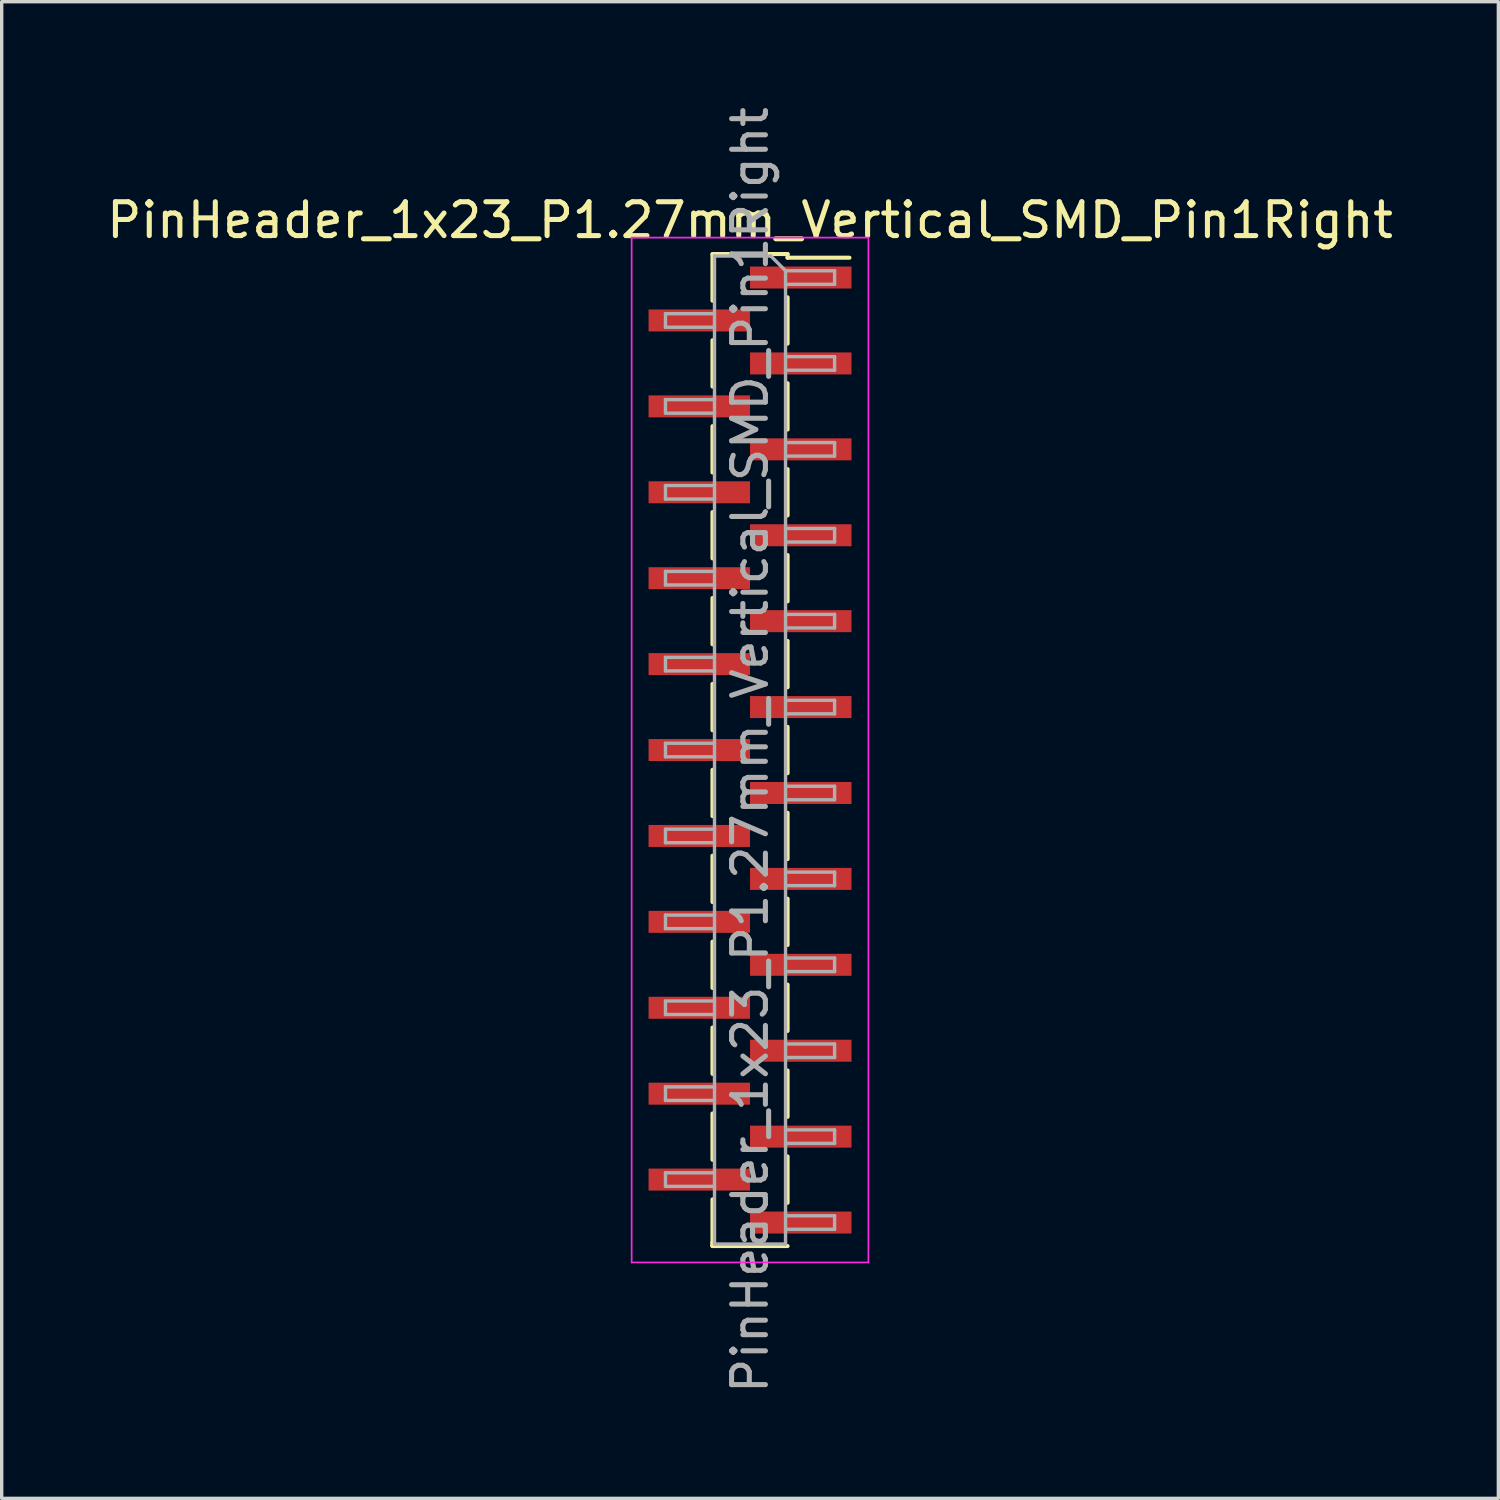
<source format=kicad_pcb>
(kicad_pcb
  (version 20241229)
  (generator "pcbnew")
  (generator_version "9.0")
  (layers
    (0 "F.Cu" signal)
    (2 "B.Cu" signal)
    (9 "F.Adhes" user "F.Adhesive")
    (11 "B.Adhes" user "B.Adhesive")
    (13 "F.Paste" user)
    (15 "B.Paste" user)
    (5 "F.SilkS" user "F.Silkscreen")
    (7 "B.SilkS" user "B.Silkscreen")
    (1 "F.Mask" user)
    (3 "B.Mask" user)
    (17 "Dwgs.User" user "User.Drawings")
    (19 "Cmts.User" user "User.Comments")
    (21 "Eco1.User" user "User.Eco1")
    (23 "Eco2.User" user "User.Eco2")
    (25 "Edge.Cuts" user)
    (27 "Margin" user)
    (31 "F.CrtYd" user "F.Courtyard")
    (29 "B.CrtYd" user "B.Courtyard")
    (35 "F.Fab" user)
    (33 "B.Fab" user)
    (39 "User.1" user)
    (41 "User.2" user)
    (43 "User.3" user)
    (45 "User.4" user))
  (footprint "PinHeader_1x23_P1.27mm_Vertical_SMD_Pin1Right"
    (layer "F.Cu")
    (at 19.125 19.125)
    (property "Reference" "PinHeader_1x23_P1.27mm_Vertical_SMD_Pin1Right" (at 0 -15.665 0) (layer "F.SilkS") (effects (font (size 1 1) (thickness 0.15))))
    (attr smd)
    (fp_line (start -1.11 -14.665) (end 1.11 -14.665) (stroke (width 0.12) (type solid)) (layer "F.SilkS"))
    (fp_line (start -1.11 -14.655) (end -1.11 -13.285) (stroke (width 0.12) (type solid)) (layer "F.SilkS"))
    (fp_line (start -1.11 -12.115) (end -1.11 -10.745) (stroke (width 0.12) (type solid)) (layer "F.SilkS"))
    (fp_line (start -1.11 -9.575) (end -1.11 -8.205) (stroke (width 0.12) (type solid)) (layer "F.SilkS"))
    (fp_line (start -1.11 -7.035) (end -1.11 -5.665) (stroke (width 0.12) (type solid)) (layer "F.SilkS"))
    (fp_line (start -1.11 -4.495) (end -1.11 -3.125) (stroke (width 0.12) (type solid)) (layer "F.SilkS"))
    (fp_line (start -1.11 -1.955) (end -1.11 -0.585) (stroke (width 0.12) (type solid)) (layer "F.SilkS"))
    (fp_line (start -1.11 0.585) (end -1.11 1.955) (stroke (width 0.12) (type solid)) (layer "F.SilkS"))
    (fp_line (start -1.11 3.125) (end -1.11 4.495) (stroke (width 0.12) (type solid)) (layer "F.SilkS"))
    (fp_line (start -1.11 5.665) (end -1.11 7.035) (stroke (width 0.12) (type solid)) (layer "F.SilkS"))
    (fp_line (start -1.11 8.205) (end -1.11 9.575) (stroke (width 0.12) (type solid)) (layer "F.SilkS"))
    (fp_line (start -1.11 10.745) (end -1.11 12.115) (stroke (width 0.12) (type solid)) (layer "F.SilkS"))
    (fp_line (start -1.11 13.285) (end -1.11 14.655) (stroke (width 0.12) (type solid)) (layer "F.SilkS"))
    (fp_line (start -1.11 14.555) (end -1.11 14.665) (stroke (width 0.12) (type solid)) (layer "F.SilkS"))
    (fp_line (start -1.11 14.665) (end 1.11 14.665) (stroke (width 0.12) (type solid)) (layer "F.SilkS"))
    (fp_line (start 1.11 -14.665) (end 1.11 -14.555) (stroke (width 0.12) (type solid)) (layer "F.SilkS"))
    (fp_line (start 1.11 -14.555) (end 2.94 -14.555) (stroke (width 0.12) (type solid)) (layer "F.SilkS"))
    (fp_line (start 1.11 -13.385) (end 1.11 -12.015) (stroke (width 0.12) (type solid)) (layer "F.SilkS"))
    (fp_line (start 1.11 -10.845) (end 1.11 -9.475) (stroke (width 0.12) (type solid)) (layer "F.SilkS"))
    (fp_line (start 1.11 -8.305) (end 1.11 -6.935) (stroke (width 0.12) (type solid)) (layer "F.SilkS"))
    (fp_line (start 1.11 -5.765) (end 1.11 -4.395) (stroke (width 0.12) (type solid)) (layer "F.SilkS"))
    (fp_line (start 1.11 -3.225) (end 1.11 -1.855) (stroke (width 0.12) (type solid)) (layer "F.SilkS"))
    (fp_line (start 1.11 -0.685) (end 1.11 0.685) (stroke (width 0.12) (type solid)) (layer "F.SilkS"))
    (fp_line (start 1.11 1.855) (end 1.11 3.225) (stroke (width 0.12) (type solid)) (layer "F.SilkS"))
    (fp_line (start 1.11 4.395) (end 1.11 5.765) (stroke (width 0.12) (type solid)) (layer "F.SilkS"))
    (fp_line (start 1.11 6.935) (end 1.11 8.305) (stroke (width 0.12) (type solid)) (layer "F.SilkS"))
    (fp_line (start 1.11 9.475) (end 1.11 10.845) (stroke (width 0.12) (type solid)) (layer "F.SilkS"))
    (fp_line (start 1.11 12.015) (end 1.11 13.385) (stroke (width 0.12) (type solid)) (layer "F.SilkS"))
    (fp_line (start -3.5 -15.15) (end -3.5 15.15) (stroke (width 0.05) (type solid)) (layer "F.CrtYd"))
    (fp_line (start -3.5 15.15) (end 3.5 15.15) (stroke (width 0.05) (type solid)) (layer "F.CrtYd"))
    (fp_line (start 3.5 -15.15) (end -3.5 -15.15) (stroke (width 0.05) (type solid)) (layer "F.CrtYd"))
    (fp_line (start 3.5 15.15) (end 3.5 -15.15) (stroke (width 0.05) (type solid)) (layer "F.CrtYd"))
    (fp_line (start -2.5 -12.9) (end -2.5 -12.5) (stroke (width 0.1) (type solid)) (layer "F.Fab"))
    (fp_line (start -2.5 -12.5) (end -1.05 -12.5) (stroke (width 0.1) (type solid)) (layer "F.Fab"))
    (fp_line (start -2.5 -10.36) (end -2.5 -9.96) (stroke (width 0.1) (type solid)) (layer "F.Fab"))
    (fp_line (start -2.5 -9.96) (end -1.05 -9.96) (stroke (width 0.1) (type solid)) (layer "F.Fab"))
    (fp_line (start -2.5 -7.82) (end -2.5 -7.42) (stroke (width 0.1) (type solid)) (layer "F.Fab"))
    (fp_line (start -2.5 -7.42) (end -1.05 -7.42) (stroke (width 0.1) (type solid)) (layer "F.Fab"))
    (fp_line (start -2.5 -5.28) (end -2.5 -4.88) (stroke (width 0.1) (type solid)) (layer "F.Fab"))
    (fp_line (start -2.5 -4.88) (end -1.05 -4.88) (stroke (width 0.1) (type solid)) (layer "F.Fab"))
    (fp_line (start -2.5 -2.74) (end -2.5 -2.34) (stroke (width 0.1) (type solid)) (layer "F.Fab"))
    (fp_line (start -2.5 -2.34) (end -1.05 -2.34) (stroke (width 0.1) (type solid)) (layer "F.Fab"))
    (fp_line (start -2.5 -0.2) (end -2.5 0.2) (stroke (width 0.1) (type solid)) (layer "F.Fab"))
    (fp_line (start -2.5 0.2) (end -1.05 0.2) (stroke (width 0.1) (type solid)) (layer "F.Fab"))
    (fp_line (start -2.5 2.34) (end -2.5 2.74) (stroke (width 0.1) (type solid)) (layer "F.Fab"))
    (fp_line (start -2.5 2.74) (end -1.05 2.74) (stroke (width 0.1) (type solid)) (layer "F.Fab"))
    (fp_line (start -2.5 4.88) (end -2.5 5.28) (stroke (width 0.1) (type solid)) (layer "F.Fab"))
    (fp_line (start -2.5 5.28) (end -1.05 5.28) (stroke (width 0.1) (type solid)) (layer "F.Fab"))
    (fp_line (start -2.5 7.42) (end -2.5 7.82) (stroke (width 0.1) (type solid)) (layer "F.Fab"))
    (fp_line (start -2.5 7.82) (end -1.05 7.82) (stroke (width 0.1) (type solid)) (layer "F.Fab"))
    (fp_line (start -2.5 9.96) (end -2.5 10.36) (stroke (width 0.1) (type solid)) (layer "F.Fab"))
    (fp_line (start -2.5 10.36) (end -1.05 10.36) (stroke (width 0.1) (type solid)) (layer "F.Fab"))
    (fp_line (start -2.5 12.5) (end -2.5 12.9) (stroke (width 0.1) (type solid)) (layer "F.Fab"))
    (fp_line (start -2.5 12.9) (end -1.05 12.9) (stroke (width 0.1) (type solid)) (layer "F.Fab"))
    (fp_line (start -1.05 -14.605) (end -1.05 14.605) (stroke (width 0.1) (type solid)) (layer "F.Fab"))
    (fp_line (start -1.05 -14.605) (end 0.615 -14.605) (stroke (width 0.1) (type solid)) (layer "F.Fab"))
    (fp_line (start -1.05 -12.9) (end -2.5 -12.9) (stroke (width 0.1) (type solid)) (layer "F.Fab"))
    (fp_line (start -1.05 -10.36) (end -2.5 -10.36) (stroke (width 0.1) (type solid)) (layer "F.Fab"))
    (fp_line (start -1.05 -7.82) (end -2.5 -7.82) (stroke (width 0.1) (type solid)) (layer "F.Fab"))
    (fp_line (start -1.05 -5.28) (end -2.5 -5.28) (stroke (width 0.1) (type solid)) (layer "F.Fab"))
    (fp_line (start -1.05 -2.74) (end -2.5 -2.74) (stroke (width 0.1) (type solid)) (layer "F.Fab"))
    (fp_line (start -1.05 -0.2) (end -2.5 -0.2) (stroke (width 0.1) (type solid)) (layer "F.Fab"))
    (fp_line (start -1.05 2.34) (end -2.5 2.34) (stroke (width 0.1) (type solid)) (layer "F.Fab"))
    (fp_line (start -1.05 4.88) (end -2.5 4.88) (stroke (width 0.1) (type solid)) (layer "F.Fab"))
    (fp_line (start -1.05 7.42) (end -2.5 7.42) (stroke (width 0.1) (type solid)) (layer "F.Fab"))
    (fp_line (start -1.05 9.96) (end -2.5 9.96) (stroke (width 0.1) (type solid)) (layer "F.Fab"))
    (fp_line (start -1.05 12.5) (end -2.5 12.5) (stroke (width 0.1) (type solid)) (layer "F.Fab"))
    (fp_line (start 1.05 -14.17) (end 0.615 -14.605) (stroke (width 0.1) (type solid)) (layer "F.Fab"))
    (fp_line (start 1.05 -14.17) (end 2.5 -14.17) (stroke (width 0.1) (type solid)) (layer "F.Fab"))
    (fp_line (start 1.05 -11.63) (end 2.5 -11.63) (stroke (width 0.1) (type solid)) (layer "F.Fab"))
    (fp_line (start 1.05 -9.09) (end 2.5 -9.09) (stroke (width 0.1) (type solid)) (layer "F.Fab"))
    (fp_line (start 1.05 -6.55) (end 2.5 -6.55) (stroke (width 0.1) (type solid)) (layer "F.Fab"))
    (fp_line (start 1.05 -4.01) (end 2.5 -4.01) (stroke (width 0.1) (type solid)) (layer "F.Fab"))
    (fp_line (start 1.05 -1.47) (end 2.5 -1.47) (stroke (width 0.1) (type solid)) (layer "F.Fab"))
    (fp_line (start 1.05 1.07) (end 2.5 1.07) (stroke (width 0.1) (type solid)) (layer "F.Fab"))
    (fp_line (start 1.05 3.61) (end 2.5 3.61) (stroke (width 0.1) (type solid)) (layer "F.Fab"))
    (fp_line (start 1.05 6.15) (end 2.5 6.15) (stroke (width 0.1) (type solid)) (layer "F.Fab"))
    (fp_line (start 1.05 8.69) (end 2.5 8.69) (stroke (width 0.1) (type solid)) (layer "F.Fab"))
    (fp_line (start 1.05 11.23) (end 2.5 11.23) (stroke (width 0.1) (type solid)) (layer "F.Fab"))
    (fp_line (start 1.05 13.77) (end 2.5 13.77) (stroke (width 0.1) (type solid)) (layer "F.Fab"))
    (fp_line (start 1.05 14.605) (end -1.05 14.605) (stroke (width 0.1) (type solid)) (layer "F.Fab"))
    (fp_line (start 1.05 14.605) (end 1.05 -14.17) (stroke (width 0.1) (type solid)) (layer "F.Fab"))
    (fp_line (start 2.5 -14.17) (end 2.5 -13.77) (stroke (width 0.1) (type solid)) (layer "F.Fab"))
    (fp_line (start 2.5 -13.77) (end 1.05 -13.77) (stroke (width 0.1) (type solid)) (layer "F.Fab"))
    (fp_line (start 2.5 -11.63) (end 2.5 -11.23) (stroke (width 0.1) (type solid)) (layer "F.Fab"))
    (fp_line (start 2.5 -11.23) (end 1.05 -11.23) (stroke (width 0.1) (type solid)) (layer "F.Fab"))
    (fp_line (start 2.5 -9.09) (end 2.5 -8.69) (stroke (width 0.1) (type solid)) (layer "F.Fab"))
    (fp_line (start 2.5 -8.69) (end 1.05 -8.69) (stroke (width 0.1) (type solid)) (layer "F.Fab"))
    (fp_line (start 2.5 -6.55) (end 2.5 -6.15) (stroke (width 0.1) (type solid)) (layer "F.Fab"))
    (fp_line (start 2.5 -6.15) (end 1.05 -6.15) (stroke (width 0.1) (type solid)) (layer "F.Fab"))
    (fp_line (start 2.5 -4.01) (end 2.5 -3.61) (stroke (width 0.1) (type solid)) (layer "F.Fab"))
    (fp_line (start 2.5 -3.61) (end 1.05 -3.61) (stroke (width 0.1) (type solid)) (layer "F.Fab"))
    (fp_line (start 2.5 -1.47) (end 2.5 -1.07) (stroke (width 0.1) (type solid)) (layer "F.Fab"))
    (fp_line (start 2.5 -1.07) (end 1.05 -1.07) (stroke (width 0.1) (type solid)) (layer "F.Fab"))
    (fp_line (start 2.5 1.07) (end 2.5 1.47) (stroke (width 0.1) (type solid)) (layer "F.Fab"))
    (fp_line (start 2.5 1.47) (end 1.05 1.47) (stroke (width 0.1) (type solid)) (layer "F.Fab"))
    (fp_line (start 2.5 3.61) (end 2.5 4.01) (stroke (width 0.1) (type solid)) (layer "F.Fab"))
    (fp_line (start 2.5 4.01) (end 1.05 4.01) (stroke (width 0.1) (type solid)) (layer "F.Fab"))
    (fp_line (start 2.5 6.15) (end 2.5 6.55) (stroke (width 0.1) (type solid)) (layer "F.Fab"))
    (fp_line (start 2.5 6.55) (end 1.05 6.55) (stroke (width 0.1) (type solid)) (layer "F.Fab"))
    (fp_line (start 2.5 8.69) (end 2.5 9.09) (stroke (width 0.1) (type solid)) (layer "F.Fab"))
    (fp_line (start 2.5 9.09) (end 1.05 9.09) (stroke (width 0.1) (type solid)) (layer "F.Fab"))
    (fp_line (start 2.5 11.23) (end 2.5 11.63) (stroke (width 0.1) (type solid)) (layer "F.Fab"))
    (fp_line (start 2.5 11.63) (end 1.05 11.63) (stroke (width 0.1) (type solid)) (layer "F.Fab"))
    (fp_line (start 2.5 13.77) (end 2.5 14.17) (stroke (width 0.1) (type solid)) (layer "F.Fab"))
    (fp_line (start 2.5 14.17) (end 1.05 14.17) (stroke (width 0.1) (type solid)) (layer "F.Fab"))
    (fp_text user "${REFERENCE}" (at 0 0 90) (layer "F.Fab") (effects (font (size 1 1) (thickness 0.15))))
    (pad "1" smd rect (at 1.5 -13.97) (size 3 0.65) (layers "F.Cu" "F.Mask" "F.Paste"))
    (pad "2" smd rect (at -1.5 -12.7) (size 3 0.65) (layers "F.Cu" "F.Mask" "F.Paste"))
    (pad "3" smd rect (at 1.5 -11.43) (size 3 0.65) (layers "F.Cu" "F.Mask" "F.Paste"))
    (pad "4" smd rect (at -1.5 -10.16) (size 3 0.65) (layers "F.Cu" "F.Mask" "F.Paste"))
    (pad "5" smd rect (at 1.5 -8.89) (size 3 0.65) (layers "F.Cu" "F.Mask" "F.Paste"))
    (pad "6" smd rect (at -1.5 -7.62) (size 3 0.65) (layers "F.Cu" "F.Mask" "F.Paste"))
    (pad "7" smd rect (at 1.5 -6.35) (size 3 0.65) (layers "F.Cu" "F.Mask" "F.Paste"))
    (pad "8" smd rect (at -1.5 -5.08) (size 3 0.65) (layers "F.Cu" "F.Mask" "F.Paste"))
    (pad "9" smd rect (at 1.5 -3.81) (size 3 0.65) (layers "F.Cu" "F.Mask" "F.Paste"))
    (pad "10" smd rect (at -1.5 -2.54) (size 3 0.65) (layers "F.Cu" "F.Mask" "F.Paste"))
    (pad "11" smd rect (at 1.5 -1.27) (size 3 0.65) (layers "F.Cu" "F.Mask" "F.Paste"))
    (pad "12" smd rect (at -1.5 0) (size 3 0.65) (layers "F.Cu" "F.Mask" "F.Paste"))
    (pad "13" smd rect (at 1.5 1.27) (size 3 0.65) (layers "F.Cu" "F.Mask" "F.Paste"))
    (pad "14" smd rect (at -1.5 2.54) (size 3 0.65) (layers "F.Cu" "F.Mask" "F.Paste"))
    (pad "15" smd rect (at 1.5 3.81) (size 3 0.65) (layers "F.Cu" "F.Mask" "F.Paste"))
    (pad "16" smd rect (at -1.5 5.08) (size 3 0.65) (layers "F.Cu" "F.Mask" "F.Paste"))
    (pad "17" smd rect (at 1.5 6.35) (size 3 0.65) (layers "F.Cu" "F.Mask" "F.Paste"))
    (pad "18" smd rect (at -1.5 7.62) (size 3 0.65) (layers "F.Cu" "F.Mask" "F.Paste"))
    (pad "19" smd rect (at 1.5 8.89) (size 3 0.65) (layers "F.Cu" "F.Mask" "F.Paste"))
    (pad "20" smd rect (at -1.5 10.16) (size 3 0.65) (layers "F.Cu" "F.Mask" "F.Paste"))
    (pad "21" smd rect (at 1.5 11.43) (size 3 0.65) (layers "F.Cu" "F.Mask" "F.Paste"))
    (pad "22" smd rect (at -1.5 12.7) (size 3 0.65) (layers "F.Cu" "F.Mask" "F.Paste"))
    (pad "23" smd rect (at 1.5 13.97) (size 3 0.65) (layers "F.Cu" "F.Mask" "F.Paste")))
  (gr_rect
    (start -3 -3)
    (end 41.25 41.25)
    (stroke (width 0.1) (type default))
    (fill no)
    (layer "Edge.Cuts")))
</source>
